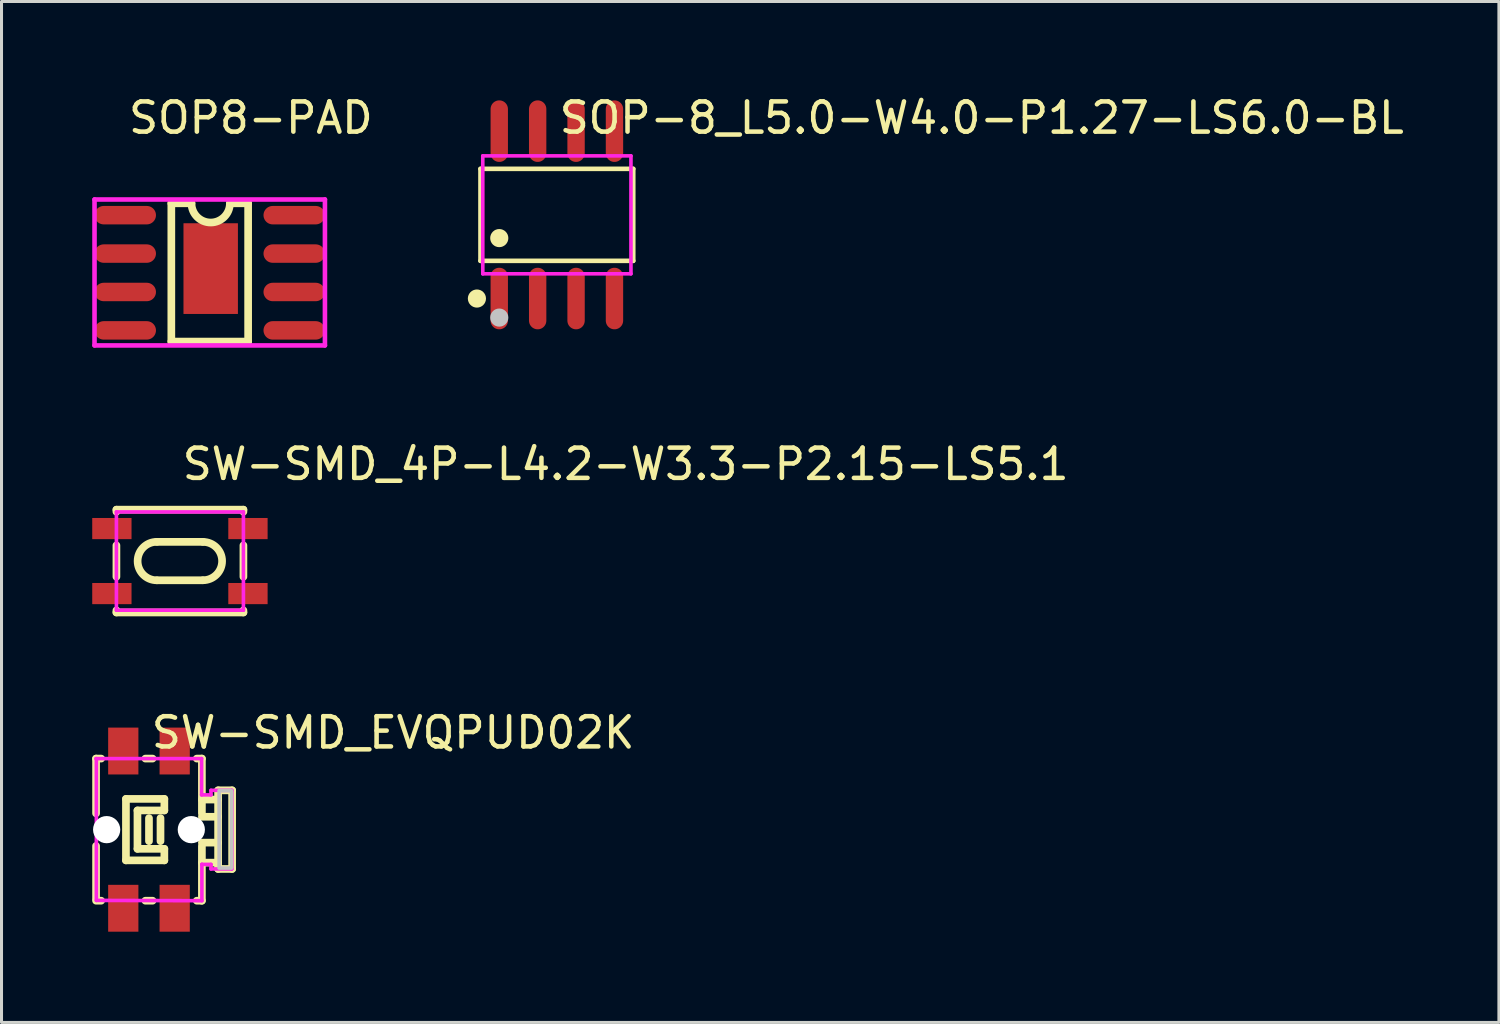
<source format=kicad_pcb>
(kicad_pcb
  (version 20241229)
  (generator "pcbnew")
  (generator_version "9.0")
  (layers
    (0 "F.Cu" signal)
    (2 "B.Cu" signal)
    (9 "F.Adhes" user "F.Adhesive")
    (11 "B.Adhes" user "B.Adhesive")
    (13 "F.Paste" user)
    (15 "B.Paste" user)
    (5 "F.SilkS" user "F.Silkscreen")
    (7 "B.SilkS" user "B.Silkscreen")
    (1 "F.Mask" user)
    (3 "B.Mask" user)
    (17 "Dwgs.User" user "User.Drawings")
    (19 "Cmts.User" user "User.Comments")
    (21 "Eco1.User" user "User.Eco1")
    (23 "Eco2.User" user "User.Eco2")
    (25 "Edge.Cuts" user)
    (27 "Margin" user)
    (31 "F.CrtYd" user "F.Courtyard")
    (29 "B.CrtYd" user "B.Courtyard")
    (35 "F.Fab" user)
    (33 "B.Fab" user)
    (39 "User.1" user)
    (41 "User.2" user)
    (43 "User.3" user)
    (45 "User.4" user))
  (footprint "SW-SMD_EVQPUD02K"
    (layer "F.Cu")
    (at 1.877 24.387)
    (property "Reference" "SW-SMD_EVQPUD02K" (at 0 -3.207 0) (layer "F.SilkS") (effects (font (size 1 1) (thickness 0.15)) (justify left)))
    (attr through_hole)
    (fp_line (start -1.75 -2.35) (end -1.75 -0.539) (stroke (width 0.254) (type solid)) (layer "F.SilkS"))
    (fp_line (start -1.75 0.539) (end -1.75 2.286) (stroke (width 0.254) (type solid)) (layer "F.SilkS"))
    (fp_line (start -1.75 2.35) (end -1.581 2.35) (stroke (width 0.254) (type solid)) (layer "F.SilkS"))
    (fp_line (start -1.581 -2.35) (end -1.75 -2.35) (stroke (width 0.254) (type solid)) (layer "F.SilkS"))
    (fp_line (start -0.762 -1.016) (end 0.508 -1.016) (stroke (width 0.254) (type solid)) (layer "F.SilkS"))
    (fp_line (start -0.762 1.016) (end -0.762 -1.016) (stroke (width 0.254) (type solid)) (layer "F.SilkS"))
    (fp_line (start -0.381 -0.635) (end 0.508 -0.635) (stroke (width 0.254) (type solid)) (layer "F.SilkS"))
    (fp_line (start -0.381 0.635) (end -0.381 -0.635) (stroke (width 0.254) (type solid)) (layer "F.SilkS"))
    (fp_line (start -0.119 2.35) (end 0.119 2.35) (stroke (width 0.254) (type solid)) (layer "F.SilkS"))
    (fp_line (start 0 0.381) (end 0 -0.381) (stroke (width 0.254) (type solid)) (layer "F.SilkS"))
    (fp_line (start 0.119 -2.35) (end -0.119 -2.35) (stroke (width 0.254) (type solid)) (layer "F.SilkS"))
    (fp_line (start 0.381 0.381) (end 0.381 -0.381) (stroke (width 0.254) (type solid)) (layer "F.SilkS"))
    (fp_line (start 0.508 -0.635) (end 0.508 -1.016) (stroke (width 0.254) (type solid)) (layer "F.SilkS"))
    (fp_line (start 0.508 0.635) (end -0.381 0.635) (stroke (width 0.254) (type solid)) (layer "F.SilkS"))
    (fp_line (start 0.508 1.016) (end -0.762 1.016) (stroke (width 0.254) (type solid)) (layer "F.SilkS"))
    (fp_line (start 0.508 1.016) (end 0.508 0.635) (stroke (width 0.254) (type solid)) (layer "F.SilkS"))
    (fp_line (start 1.581 2.35) (end 1.75 2.35) (stroke (width 0.254) (type solid)) (layer "F.SilkS"))
    (fp_line (start 1.75 -2.35) (end 1.581 -2.35) (stroke (width 0.254) (type solid)) (layer "F.SilkS"))
    (fp_line (start 1.75 -2.35) (end 1.75 -0.539) (stroke (width 0.254) (type solid)) (layer "F.SilkS"))
    (fp_line (start 1.75 0.539) (end 1.75 2.35) (stroke (width 0.254) (type solid)) (layer "F.SilkS"))
    (fp_line (start 2.286 -0.994) (end 1.75 -0.994) (stroke (width 0.254) (type solid)) (layer "F.SilkS"))
    (fp_line (start 2.286 -0.426) (end 1.75 -0.426) (stroke (width 0.254) (type solid)) (layer "F.SilkS"))
    (fp_line (start 2.286 0.429) (end 1.75 0.429) (stroke (width 0.254) (type solid)) (layer "F.SilkS"))
    (fp_line (start 2.286 1.091) (end 1.75 1.091) (stroke (width 0.254) (type solid)) (layer "F.SilkS"))
    (fp_line (start 2.286 1.3) (end 2.286 -1.3) (stroke (width 0.254) (type solid)) (layer "F.SilkS"))
    (fp_line (start 2.75 -1.3) (end 2.286 -1.3) (stroke (width 0.254) (type solid)) (layer "F.SilkS"))
    (fp_line (start 2.75 1.3) (end 2.286 1.3) (stroke (width 0.254) (type solid)) (layer "F.SilkS"))
    (fp_line (start 2.75 1.3) (end 2.75 -1.3) (stroke (width 0.254) (type solid)) (layer "F.SilkS"))
    (fp_circle (center -1.4 0) (end -1.237 0) (stroke (width 0.325) (type solid)) (fill no) (layer "Dwgs.User"))
    (fp_circle (center 1.4 0) (end 1.563 0) (stroke (width 0.325) (type solid)) (fill no) (layer "Dwgs.User"))
    (fp_poly (pts (xy 2.73 -1.29) (xy 2.73 1.27) (xy 2.32 1.27) (xy 2.32 -1.29) (xy 2.73 -1.29)) (stroke (width 0.12) (type solid)) (fill no) (layer "Dwgs.User"))
    (fp_circle (center -1.75 -3.2) (end -1.72 -3.2) (stroke (width 0.06) (type solid)) (fill no) (layer "Eco2.User"))
    (fp_poly (pts (xy -0.55 -1.85) (xy -1.15 -1.85) (xy -1.15 -3.2) (xy -0.55 -3.2)) (stroke (width 0.12) (type solid)) (fill no) (layer "Eco2.User"))
    (fp_poly (pts (xy -0.55 3.2) (xy -1.15 3.2) (xy -1.15 1.85) (xy -0.55 1.85)) (stroke (width 0.12) (type solid)) (fill no) (layer "Eco2.User"))
    (fp_poly (pts (xy 1.15 -1.85) (xy 0.55 -1.85) (xy 0.55 -3.2) (xy 1.15 -3.2)) (stroke (width 0.12) (type solid)) (fill no) (layer "Eco2.User"))
    (fp_poly (pts (xy 1.15 3.2) (xy 0.55 3.2) (xy 0.55 1.85) (xy 1.15 1.85)) (stroke (width 0.12) (type solid)) (fill no) (layer "Eco2.User"))
    (fp_line (start -1.75 -2.35) (end 1.74 -2.35) (stroke (width 0.12) (type solid)) (layer "F.CrtYd"))
    (fp_line (start -1.74 -2.34) (end -1.75 -2.35) (stroke (width 0.12) (type solid)) (layer "F.CrtYd"))
    (fp_line (start -1.74 2.34) (end -1.74 -2.34) (stroke (width 0.12) (type solid)) (layer "F.CrtYd"))
    (fp_line (start 1.74 -2.35) (end 1.74 -1.15) (stroke (width 0.12) (type solid)) (layer "F.CrtYd"))
    (fp_line (start 1.74 -1.15) (end 2.05 -1.15) (stroke (width 0.12) (type solid)) (layer "F.CrtYd"))
    (fp_line (start 1.75 1.15) (end 1.75 1.15) (stroke (width 0.12) (type solid)) (layer "F.CrtYd"))
    (fp_line (start 1.75 1.15) (end 1.75 2.35) (stroke (width 0.12) (type solid)) (layer "F.CrtYd"))
    (fp_line (start 1.75 2.35) (end -1.74 2.34) (stroke (width 0.12) (type solid)) (layer "F.CrtYd"))
    (fp_line (start 2.05 -1.3) (end 2.74 -1.3) (stroke (width 0.12) (type solid)) (layer "F.CrtYd"))
    (fp_line (start 2.05 -1.15) (end 2.05 -1.3) (stroke (width 0.12) (type solid)) (layer "F.CrtYd"))
    (fp_line (start 2.05 1.15) (end 1.75 1.15) (stroke (width 0.12) (type solid)) (layer "F.CrtYd"))
    (fp_line (start 2.05 1.3) (end 2.05 1.15) (stroke (width 0.12) (type solid)) (layer "F.CrtYd"))
    (fp_line (start 2.74 -1.3) (end 2.74 1.3) (stroke (width 0.12) (type solid)) (layer "F.CrtYd"))
    (fp_line (start 2.74 1.3) (end 2.05 1.3) (stroke (width 0.12) (type solid)) (layer "F.CrtYd"))
    (pad "" np_thru_hole circle (at -1.4 0) (size 0.9 0.9) (drill 0.9) (layers "*.Cu" "*.Mask"))
    (pad "" np_thru_hole circle (at 1.4 0) (size 0.9 0.9) (drill 0.9) (layers "*.Cu" "*.Mask"))
    (pad "1" smd rect (at -0.85 -2.6 180) (size 1 1.55) (layers "F.Cu" "F.Mask" "F.Paste"))
    (pad "2" smd rect (at 0.85 -2.6 180) (size 1 1.55) (layers "F.Cu" "F.Mask" "F.Paste"))
    (pad "3" smd rect (at -0.85 2.6 180) (size 1 1.55) (layers "F.Cu" "F.Mask" "F.Paste"))
    (pad "4" smd rect (at 0.85 2.6 180) (size 1 1.55) (layers "F.Cu" "F.Mask" "F.Paste")))
  (footprint "SW-SMD_4P-L4.2-W3.3-P2.15-LS5.1"
    (layer "F.Cu")
    (at 2.9 15.505)
    (property "Reference" "SW-SMD_4P-L4.2-W3.3-P2.15-LS5.1" (at 0 -3.207 0) (layer "F.SilkS") (effects (font (size 1 1) (thickness 0.15)) (justify left)))
    (attr through_hole)
    (fp_line (start -2.1 -1.7) (end -2.1 -1.631) (stroke (width 0.254) (type solid)) (layer "F.SilkS"))
    (fp_line (start -2.1 -1.7) (end 2.1 -1.7) (stroke (width 0.254) (type solid)) (layer "F.SilkS"))
    (fp_line (start -2.1 -0.519) (end -2.1 0.519) (stroke (width 0.254) (type solid)) (layer "F.SilkS"))
    (fp_line (start -2.1 1.631) (end -2.1 1.7) (stroke (width 0.254) (type solid)) (layer "F.SilkS"))
    (fp_line (start -2.1 1.7) (end 2.1 1.7) (stroke (width 0.254) (type solid)) (layer "F.SilkS"))
    (fp_line (start -0.762 -0.635) (end 0.762 -0.635) (stroke (width 0.254) (type solid)) (layer "F.SilkS"))
    (fp_line (start -0.762 0.635) (end 0.762 0.635) (stroke (width 0.254) (type solid)) (layer "F.SilkS"))
    (fp_line (start 2.1 -1.7) (end 2.1 -1.631) (stroke (width 0.254) (type solid)) (layer "F.SilkS"))
    (fp_line (start 2.1 -0.519) (end 2.1 0.519) (stroke (width 0.254) (type solid)) (layer "F.SilkS"))
    (fp_line (start 2.1 1.631) (end 2.1 1.7) (stroke (width 0.254) (type solid)) (layer "F.SilkS"))
    (fp_arc (start -0.763 0.636) (mid -1.399 0) (end -0.763 -0.636) (stroke (width 0.254) (type solid)) (layer "F.SilkS"))
    (fp_arc (start 0.760932 -0.634) (mid 1.391012 -0.000034) (end 0.761 0.634) (stroke (width 0.254) (type solid)) (layer "F.SilkS"))
    (fp_circle (center -2.55 -1.625) (end -2.52 -1.625) (stroke (width 0.06) (type solid)) (fill no) (layer "Eco2.User"))
    (fp_poly (pts (xy -1.9 -1.35) (xy -1.9 -0.8) (xy -2.55 -0.8) (xy -2.55 -1.35)) (stroke (width 0.12) (type solid)) (fill no) (layer "Eco2.User"))
    (fp_poly (pts (xy -1.9 0.8) (xy -1.9 1.35) (xy -2.55 1.35) (xy -2.55 0.8)) (stroke (width 0.12) (type solid)) (fill no) (layer "Eco2.User"))
    (fp_poly (pts (xy 2.55 -1.35) (xy 2.55 -0.8) (xy 1.9 -0.8) (xy 1.9 -1.35)) (stroke (width 0.12) (type solid)) (fill no) (layer "Eco2.User"))
    (fp_poly (pts (xy 2.55 0.8) (xy 2.55 1.35) (xy 1.9 1.35) (xy 1.9 0.8)) (stroke (width 0.12) (type solid)) (fill no) (layer "Eco2.User"))
    (fp_line (start -2.1 -1.625) (end 2.1 -1.625) (stroke (width 0.12) (type solid)) (layer "F.CrtYd"))
    (fp_line (start -2.1 1.625) (end -2.1 -1.625) (stroke (width 0.12) (type solid)) (layer "F.CrtYd"))
    (fp_line (start 2.1 -1.625) (end 2.1 1.625) (stroke (width 0.12) (type solid)) (layer "F.CrtYd"))
    (fp_line (start 2.1 1.625) (end -2.1 1.625) (stroke (width 0.12) (type solid)) (layer "F.CrtYd"))
    (pad "1" smd rect (at -2.25 -1.075 90) (size 0.7 1.3) (layers "F.Cu" "F.Mask" "F.Paste"))
    (pad "2" smd rect (at 2.25 -1.075 90) (size 0.7 1.3) (layers "F.Cu" "F.Mask" "F.Paste"))
    (pad "3" smd rect (at -2.25 1.075 90) (size 0.7 1.3) (layers "F.Cu" "F.Mask" "F.Paste"))
    (pad "4" smd rect (at 2.25 1.075 90) (size 0.7 1.3) (layers "F.Cu" "F.Mask" "F.Paste")))
  (footprint "SOP8-PAD"
    (layer "F.Cu")
    (at 1.124 4.055)
    (property "Reference" "SOP8-PAD" (at 0 -3.207 0) (layer "F.SilkS") (effects (font (size 1 1) (thickness 0.15)) (justify left)))
    (attr through_hole)
    (fp_line (start 1.492 -0.381) (end 1.492 4.191) (stroke (width 0.254) (type solid)) (layer "F.SilkS"))
    (fp_line (start 2.159 -0.381) (end 1.492 -0.381) (stroke (width 0.254) (type solid)) (layer "F.SilkS"))
    (fp_line (start 4.032 -0.381) (end 3.429 -0.381) (stroke (width 0.254) (type solid)) (layer "F.SilkS"))
    (fp_line (start 4.032 -0.381) (end 4.032 4.191) (stroke (width 0.254) (type solid)) (layer "F.SilkS"))
    (fp_line (start 4.032 4.191) (end 1.492 4.191) (stroke (width 0.254) (type solid)) (layer "F.SilkS"))
    (fp_arc (start 3.429 -0.381) (mid 2.794 0.254) (end 2.159 -0.381) (stroke (width 0.254) (type solid)) (layer "F.SilkS"))
    (fp_line (start -1.048 -0.508) (end 6.572 -0.508) (stroke (width 0.152) (type solid)) (layer "F.CrtYd"))
    (fp_line (start -1.048 4.318) (end -1.048 -0.508) (stroke (width 0.152) (type solid)) (layer "F.CrtYd"))
    (fp_line (start 6.572 -0.508) (end 6.572 4.318) (stroke (width 0.152) (type solid)) (layer "F.CrtYd"))
    (fp_line (start 6.572 4.318) (end -1.048 4.318) (stroke (width 0.152) (type solid)) (layer "F.CrtYd"))
    (pad "1" smd oval (at -0.032 0.011) (size 2.032 0.61) (layers "F.Cu" "F.Mask" "F.Paste"))
    (pad "2" smd oval (at -0.032 1.281) (size 2.032 0.61) (layers "F.Cu" "F.Mask" "F.Paste"))
    (pad "3" smd oval (at -0.032 2.551) (size 2.032 0.61) (layers "F.Cu" "F.Mask" "F.Paste"))
    (pad "4" smd oval (at -0.032 3.821) (size 2.032 0.61) (layers "F.Cu" "F.Mask" "F.Paste"))
    (pad "5" smd oval (at 5.556 3.821) (size 2.032 0.61) (layers "F.Cu" "F.Mask" "F.Paste"))
    (pad "6" smd oval (at 5.556 2.551) (size 2.032 0.61) (layers "F.Cu" "F.Mask" "F.Paste"))
    (pad "7" smd oval (at 5.556 1.281) (size 2.032 0.61) (layers "F.Cu" "F.Mask" "F.Paste"))
    (pad "8" smd oval (at 5.556 0.011) (size 2.032 0.61) (layers "F.Cu" "F.Mask" "F.Paste"))
    (pad "9" smd rect (at 2.794 1.778) (size 1.8 3) (layers "F.Cu" "F.Mask" "F.Paste")))
  (footprint "SOP-8_L5.0-W4.0-P1.27-LS6.0-BL"
    (layer "F.Cu")
    (at 15.366 4.055)
    (property "Reference" "SOP-8_L5.0-W4.0-P1.27-LS6.0-BL" (at 0 -3.207 0) (layer "F.SilkS") (effects (font (size 1 1) (thickness 0.15)) (justify left)))
    (attr through_hole)
    (fp_line (start -2.526 -1.521) (end 2.526 -1.521) (stroke (width 0.152) (type solid)) (layer "F.SilkS"))
    (fp_line (start -2.526 1.521) (end -2.526 -1.521) (stroke (width 0.152) (type solid)) (layer "F.SilkS"))
    (fp_line (start 2.526 -1.521) (end 2.526 1.521) (stroke (width 0.152) (type solid)) (layer "F.SilkS"))
    (fp_line (start 2.526 1.521) (end -2.526 1.521) (stroke (width 0.152) (type solid)) (layer "F.SilkS"))
    (fp_circle (center -2.644 2.768) (end -2.494 2.768) (stroke (width 0.3) (type solid)) (fill no) (layer "F.SilkS"))
    (fp_circle (center -1.905 0.769) (end -1.755 0.769) (stroke (width 0.3) (type solid)) (fill no) (layer "F.SilkS"))
    (fp_circle (center -1.905 3.398) (end -1.755 3.398) (stroke (width 0.3) (type solid)) (fill no) (layer "Dwgs.User"))
    (fp_line (start -2.11 -2.172) (end -2.11 -1.94) (stroke (width 0.12) (type solid)) (layer "Eco2.User"))
    (fp_line (start -2.11 -1.94) (end -1.7 -1.94) (stroke (width 0.12) (type solid)) (layer "Eco2.User"))
    (fp_line (start -2.11 1.94) (end -1.7 1.94) (stroke (width 0.12) (type solid)) (layer "Eco2.User"))
    (fp_line (start -2.11 2.172) (end -2.11 1.94) (stroke (width 0.12) (type solid)) (layer "Eco2.User"))
    (fp_line (start -1.7 -2.172) (end -2.11 -2.172) (stroke (width 0.12) (type solid)) (layer "Eco2.User"))
    (fp_line (start -1.7 -1.94) (end -1.7 -2.172) (stroke (width 0.12) (type solid)) (layer "Eco2.User"))
    (fp_line (start -1.7 1.94) (end -1.7 2.172) (stroke (width 0.12) (type solid)) (layer "Eco2.User"))
    (fp_line (start -1.7 2.172) (end -2.11 2.172) (stroke (width 0.12) (type solid)) (layer "Eco2.User"))
    (fp_line (start -0.84 -2.172) (end -0.84 -1.94) (stroke (width 0.12) (type solid)) (layer "Eco2.User"))
    (fp_line (start -0.84 -1.94) (end -0.43 -1.94) (stroke (width 0.12) (type solid)) (layer "Eco2.User"))
    (fp_line (start -0.84 1.94) (end -0.43 1.94) (stroke (width 0.12) (type solid)) (layer "Eco2.User"))
    (fp_line (start -0.84 2.172) (end -0.84 1.94) (stroke (width 0.12) (type solid)) (layer "Eco2.User"))
    (fp_line (start -0.43 -2.172) (end -0.84 -2.172) (stroke (width 0.12) (type solid)) (layer "Eco2.User"))
    (fp_line (start -0.43 -1.94) (end -0.43 -2.172) (stroke (width 0.12) (type solid)) (layer "Eco2.User"))
    (fp_line (start -0.43 1.94) (end -0.43 2.172) (stroke (width 0.12) (type solid)) (layer "Eco2.User"))
    (fp_line (start -0.43 2.172) (end -0.84 2.172) (stroke (width 0.12) (type solid)) (layer "Eco2.User"))
    (fp_line (start 0.43 -2.172) (end 0.43 -1.94) (stroke (width 0.12) (type solid)) (layer "Eco2.User"))
    (fp_line (start 0.43 -1.94) (end 0.84 -1.94) (stroke (width 0.12) (type solid)) (layer "Eco2.User"))
    (fp_line (start 0.43 1.94) (end 0.84 1.94) (stroke (width 0.12) (type solid)) (layer "Eco2.User"))
    (fp_line (start 0.43 2.172) (end 0.43 1.94) (stroke (width 0.12) (type solid)) (layer "Eco2.User"))
    (fp_line (start 0.84 -2.172) (end 0.43 -2.172) (stroke (width 0.12) (type solid)) (layer "Eco2.User"))
    (fp_line (start 0.84 -1.94) (end 0.84 -2.172) (stroke (width 0.12) (type solid)) (layer "Eco2.User"))
    (fp_line (start 0.84 1.94) (end 0.84 2.172) (stroke (width 0.12) (type solid)) (layer "Eco2.User"))
    (fp_line (start 0.84 2.172) (end 0.43 2.172) (stroke (width 0.12) (type solid)) (layer "Eco2.User"))
    (fp_line (start 1.7 -2.172) (end 1.7 -1.94) (stroke (width 0.12) (type solid)) (layer "Eco2.User"))
    (fp_line (start 1.7 -1.94) (end 2.11 -1.94) (stroke (width 0.12) (type solid)) (layer "Eco2.User"))
    (fp_line (start 1.7 1.94) (end 2.11 1.94) (stroke (width 0.12) (type solid)) (layer "Eco2.User"))
    (fp_line (start 1.7 2.172) (end 1.7 1.94) (stroke (width 0.12) (type solid)) (layer "Eco2.User"))
    (fp_line (start 2.11 -2.172) (end 1.7 -2.172) (stroke (width 0.12) (type solid)) (layer "Eco2.User"))
    (fp_line (start 2.11 -1.94) (end 2.11 -2.172) (stroke (width 0.12) (type solid)) (layer "Eco2.User"))
    (fp_line (start 2.11 1.94) (end 2.11 2.172) (stroke (width 0.12) (type solid)) (layer "Eco2.User"))
    (fp_line (start 2.11 2.172) (end 1.7 2.172) (stroke (width 0.12) (type solid)) (layer "Eco2.User"))
    (fp_circle (center -2.45 2.998) (end -2.42 2.998) (stroke (width 0.06) (type solid)) (fill no) (layer "Eco2.User"))
    (fp_poly (pts (xy -2.11 -2.998) (xy -2.11 -2.163) (xy -1.7 -2.163) (xy -1.7 -2.998)) (stroke (width 0.12) (type solid)) (fill no) (layer "Eco2.User"))
    (fp_poly (pts (xy -2.11 2.998) (xy -2.11 2.163) (xy -1.7 2.163) (xy -1.7 2.998)) (stroke (width 0.12) (type solid)) (fill no) (layer "Eco2.User"))
    (fp_poly (pts (xy -0.84 -2.998) (xy -0.84 -2.163) (xy -0.43 -2.163) (xy -0.43 -2.998)) (stroke (width 0.12) (type solid)) (fill no) (layer "Eco2.User"))
    (fp_poly (pts (xy -0.84 2.998) (xy -0.84 2.163) (xy -0.43 2.163) (xy -0.43 2.998)) (stroke (width 0.12) (type solid)) (fill no) (layer "Eco2.User"))
    (fp_poly (pts (xy 0.43 -2.998) (xy 0.43 -2.163) (xy 0.84 -2.163) (xy 0.84 -2.998)) (stroke (width 0.12) (type solid)) (fill no) (layer "Eco2.User"))
    (fp_poly (pts (xy 0.43 2.998) (xy 0.43 2.163) (xy 0.84 2.163) (xy 0.84 2.998)) (stroke (width 0.12) (type solid)) (fill no) (layer "Eco2.User"))
    (fp_poly (pts (xy 1.7 -2.998) (xy 1.7 -2.163) (xy 2.11 -2.163) (xy 2.11 -2.998)) (stroke (width 0.12) (type solid)) (fill no) (layer "Eco2.User"))
    (fp_poly (pts (xy 1.7 2.998) (xy 1.7 2.163) (xy 2.11 2.163) (xy 2.11 2.998)) (stroke (width 0.12) (type solid)) (fill no) (layer "Eco2.User"))
    (fp_line (start -2.45 -1.95) (end 2.45 -1.95) (stroke (width 0.12) (type solid)) (layer "F.CrtYd"))
    (fp_line (start -2.45 1.95) (end -2.45 -1.95) (stroke (width 0.12) (type solid)) (layer "F.CrtYd"))
    (fp_line (start 2.45 -1.95) (end 2.45 1.95) (stroke (width 0.12) (type solid)) (layer "F.CrtYd"))
    (fp_line (start 2.45 1.95) (end -2.45 1.95) (stroke (width 0.12) (type solid)) (layer "F.CrtYd"))
    (pad "1" smd oval (at -1.905 2.768) (size 0.574 2.036) (layers "F.Cu" "F.Mask" "F.Paste"))
    (pad "2" smd oval (at -0.635 2.768) (size 0.574 2.036) (layers "F.Cu" "F.Mask" "F.Paste"))
    (pad "3" smd oval (at 0.635 2.768) (size 0.574 2.036) (layers "F.Cu" "F.Mask" "F.Paste"))
    (pad "4" smd oval (at 1.905 2.768) (size 0.574 2.036) (layers "F.Cu" "F.Mask" "F.Paste"))
    (pad "5" smd oval (at 1.905 -2.768) (size 0.574 2.036) (layers "F.Cu" "F.Mask" "F.Paste"))
    (pad "6" smd oval (at 0.635 -2.768) (size 0.574 2.036) (layers "F.Cu" "F.Mask" "F.Paste"))
    (pad "7" smd oval (at -0.635 -2.768) (size 0.574 2.036) (layers "F.Cu" "F.Mask" "F.Paste"))
    (pad "8" smd oval (at -1.905 -2.768) (size 0.574 2.036) (layers "F.Cu" "F.Mask" "F.Paste")))
  (gr_rect
    (start -3 -3)
    (end 46.52 30.762)
    (stroke (width 0.1) (type default))
    (fill no)
    (layer "Edge.Cuts")))
</source>
